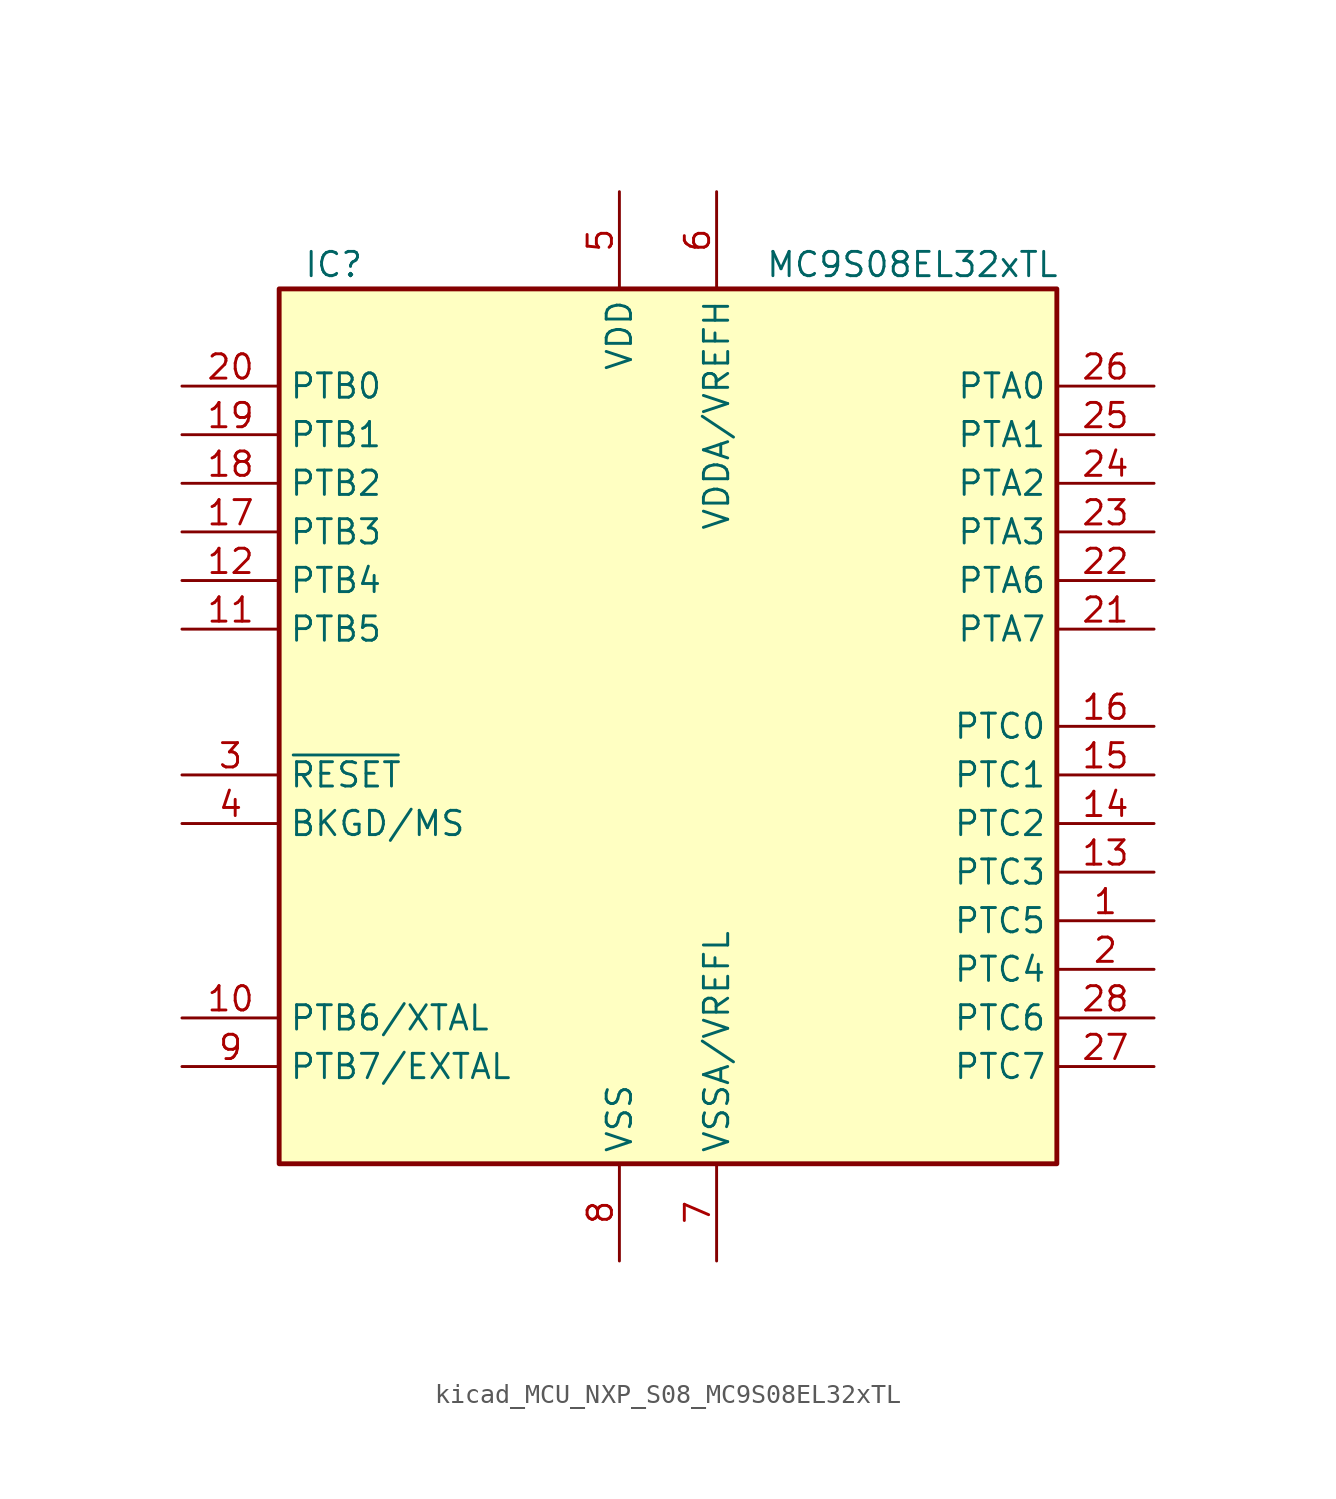
<source format=kicad_sym>
(kicad_symbol_lib
  (version 20220914)
  (generator kicad_symbol_editor)
  (symbol "kicad_MCU_NXP_S08_MC9S08EL32xTL"
    (property "Reference" "IC"
      (at -19.05 24.13 0)
      (effects (font (size 1.27 1.27)) (justify left)))
    (property "Value" "MC9S08EL32xTL"
      (at 5.08 24.13 0)
      (effects (font (size 1.27 1.27)) (justify left)))
    (symbol "kicad_MCU_NXP_S08_MC9S08EL32xTL_0_1"
      (rectangle (start -20.32 22.86) (end 20.32 -22.86) (stroke (width 0.254) (type default)) (fill (type background))))
    (symbol "kicad_MCU_NXP_S08_MC9S08EL32xTL_1_1"
      (pin bidirectional line (at 25.4 -10.16 180) (length 5.08) (name "PTC5" (effects (font (size 1.27 1.27)))) (number "1" (effects (font (size 1.27 1.27)))))
      (pin bidirectional line (at -25.4 -15.24 0) (length 5.08) (name "PTB6/XTAL" (effects (font (size 1.27 1.27)))) (number "10" (effects (font (size 1.27 1.27)))))
      (pin bidirectional line (at -25.4 5.08 0) (length 5.08) (name "PTB5" (effects (font (size 1.27 1.27)))) (number "11" (effects (font (size 1.27 1.27)))))
      (pin bidirectional line (at -25.4 7.62 0) (length 5.08) (name "PTB4" (effects (font (size 1.27 1.27)))) (number "12" (effects (font (size 1.27 1.27)))))
      (pin bidirectional line (at 25.4 -7.62 180) (length 5.08) (name "PTC3" (effects (font (size 1.27 1.27)))) (number "13" (effects (font (size 1.27 1.27)))))
      (pin bidirectional line (at 25.4 -5.08 180) (length 5.08) (name "PTC2" (effects (font (size 1.27 1.27)))) (number "14" (effects (font (size 1.27 1.27)))))
      (pin bidirectional line (at 25.4 -2.54 180) (length 5.08) (name "PTC1" (effects (font (size 1.27 1.27)))) (number "15" (effects (font (size 1.27 1.27)))))
      (pin bidirectional line (at 25.4 0 180) (length 5.08) (name "PTC0" (effects (font (size 1.27 1.27)))) (number "16" (effects (font (size 1.27 1.27)))))
      (pin bidirectional line (at -25.4 10.16 0) (length 5.08) (name "PTB3" (effects (font (size 1.27 1.27)))) (number "17" (effects (font (size 1.27 1.27)))))
      (pin bidirectional line (at -25.4 12.7 0) (length 5.08) (name "PTB2" (effects (font (size 1.27 1.27)))) (number "18" (effects (font (size 1.27 1.27)))))
      (pin bidirectional line (at -25.4 15.24 0) (length 5.08) (name "PTB1" (effects (font (size 1.27 1.27)))) (number "19" (effects (font (size 1.27 1.27)))))
      (pin bidirectional line (at 25.4 -12.7 180) (length 5.08) (name "PTC4" (effects (font (size 1.27 1.27)))) (number "2" (effects (font (size 1.27 1.27)))))
      (pin bidirectional line (at -25.4 17.78 0) (length 5.08) (name "PTB0" (effects (font (size 1.27 1.27)))) (number "20" (effects (font (size 1.27 1.27)))))
      (pin bidirectional line (at 25.4 5.08 180) (length 5.08) (name "PTA7" (effects (font (size 1.27 1.27)))) (number "21" (effects (font (size 1.27 1.27)))))
      (pin bidirectional line (at 25.4 7.62 180) (length 5.08) (name "PTA6" (effects (font (size 1.27 1.27)))) (number "22" (effects (font (size 1.27 1.27)))))
      (pin bidirectional line (at 25.4 10.16 180) (length 5.08) (name "PTA3" (effects (font (size 1.27 1.27)))) (number "23" (effects (font (size 1.27 1.27)))))
      (pin bidirectional line (at 25.4 12.7 180) (length 5.08) (name "PTA2" (effects (font (size 1.27 1.27)))) (number "24" (effects (font (size 1.27 1.27)))))
      (pin bidirectional line (at 25.4 15.24 180) (length 5.08) (name "PTA1" (effects (font (size 1.27 1.27)))) (number "25" (effects (font (size 1.27 1.27)))))
      (pin bidirectional line (at 25.4 17.78 180) (length 5.08) (name "PTA0" (effects (font (size 1.27 1.27)))) (number "26" (effects (font (size 1.27 1.27)))))
      (pin bidirectional line (at 25.4 -17.78 180) (length 5.08) (name "PTC7" (effects (font (size 1.27 1.27)))) (number "27" (effects (font (size 1.27 1.27)))))
      (pin bidirectional line (at 25.4 -15.24 180) (length 5.08) (name "PTC6" (effects (font (size 1.27 1.27)))) (number "28" (effects (font (size 1.27 1.27)))))
      (pin input line (at -25.4 -2.54 0) (length 5.08) (name "~{RESET}" (effects (font (size 1.27 1.27)))) (number "3" (effects (font (size 1.27 1.27)))))
      (pin bidirectional line (at -25.4 -5.08 0) (length 5.08) (name "BKGD/MS" (effects (font (size 1.27 1.27)))) (number "4" (effects (font (size 1.27 1.27)))))
      (pin power_in line (at -2.54 27.94 270) (length 5.08) (name "VDD" (effects (font (size 1.27 1.27)))) (number "5" (effects (font (size 1.27 1.27)))))
      (pin power_in line (at 2.54 27.94 270) (length 5.08) (name "VDDA/VREFH" (effects (font (size 1.27 1.27)))) (number "6" (effects (font (size 1.27 1.27)))))
      (pin power_in line (at 2.54 -27.94 90) (length 5.08) (name "VSSA/VREFL" (effects (font (size 1.27 1.27)))) (number "7" (effects (font (size 1.27 1.27)))))
      (pin power_in line (at -2.54 -27.94 90) (length 5.08) (name "VSS" (effects (font (size 1.27 1.27)))) (number "8" (effects (font (size 1.27 1.27)))))
      (pin bidirectional line (at -25.4 -17.78 0) (length 5.08) (name "PTB7/EXTAL" (effects (font (size 1.27 1.27)))) (number "9" (effects (font (size 1.27 1.27))))))))
</source>
